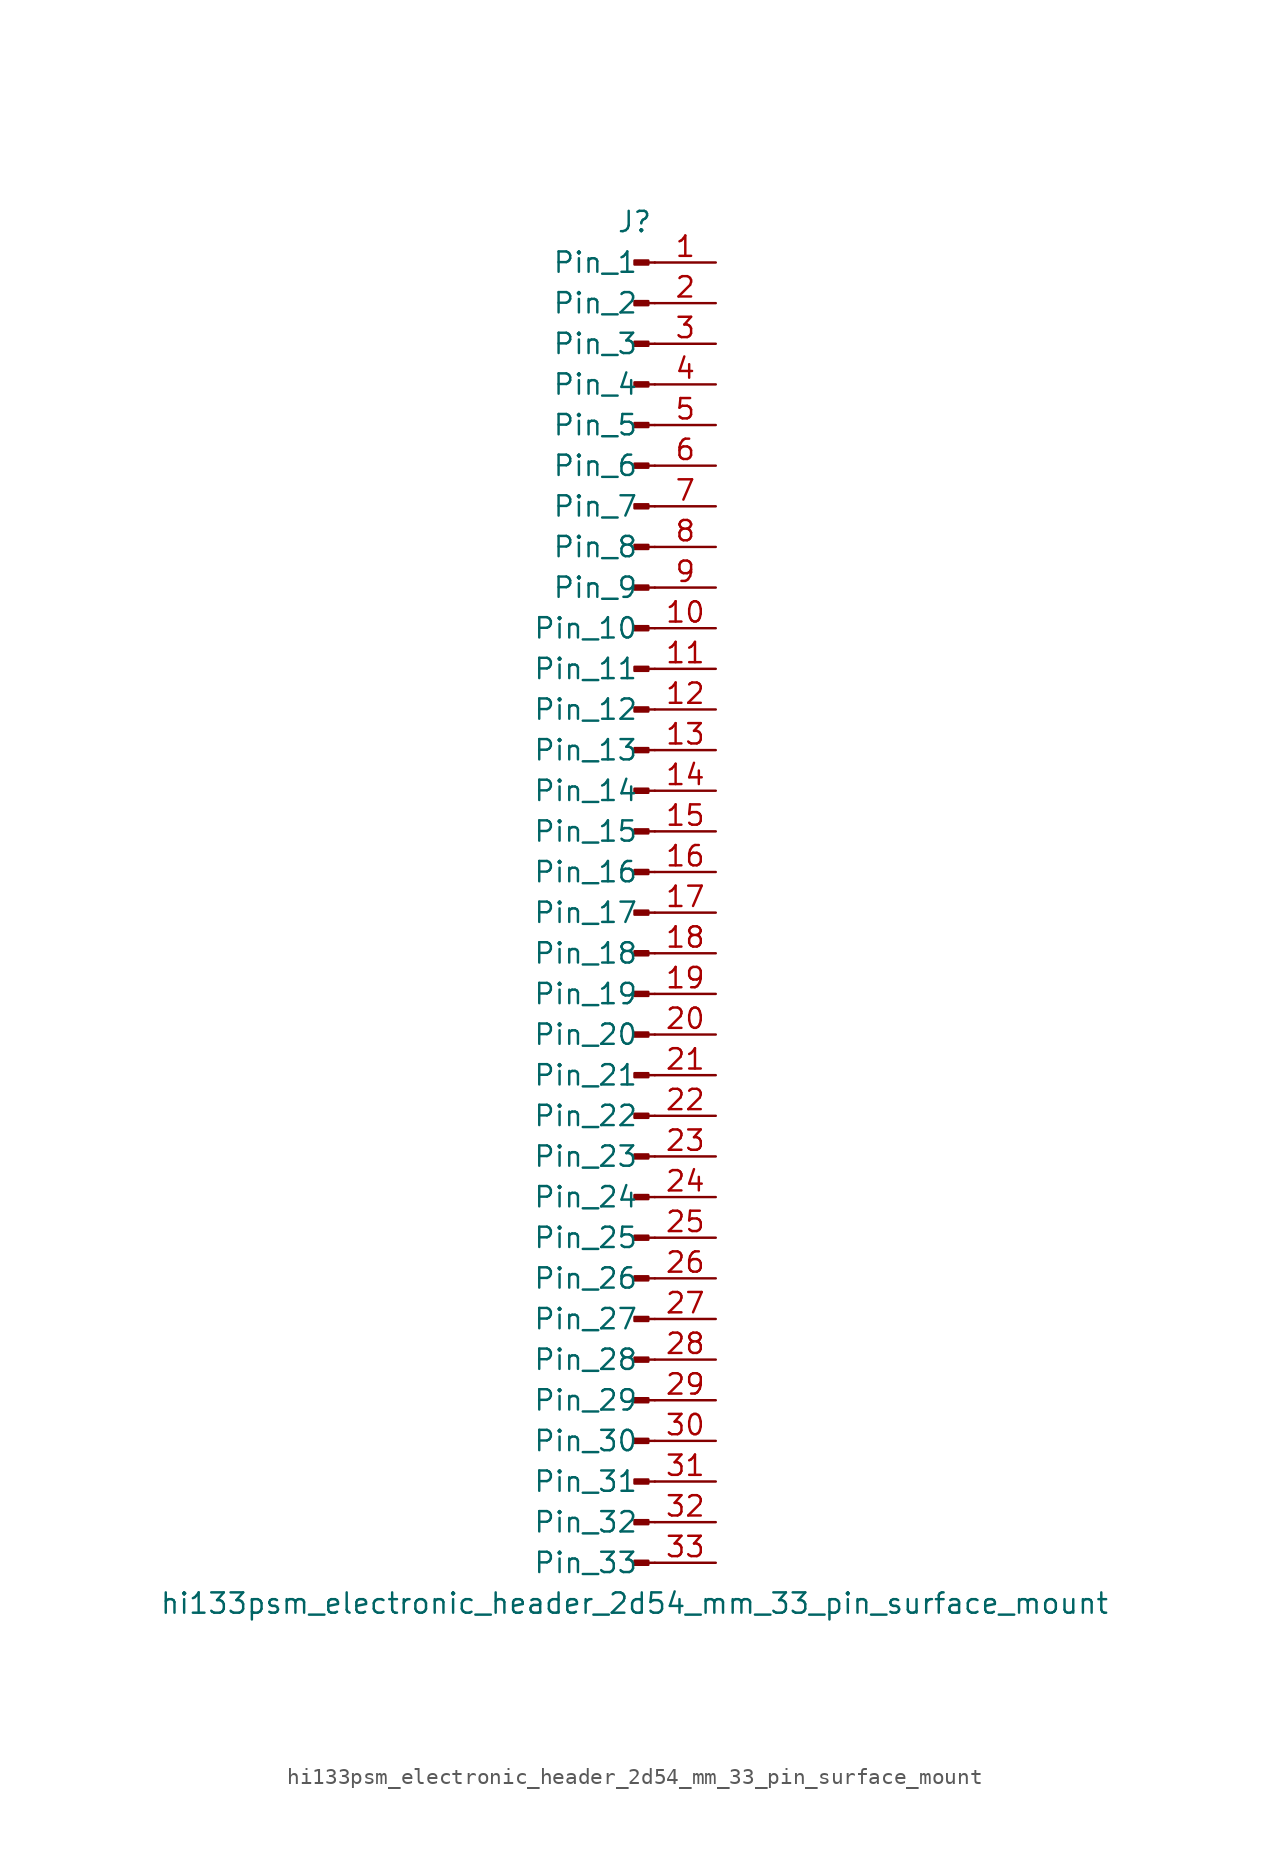
<source format=kicad_sym>
(kicad_symbol_lib
  (version 20220914)
  (generator kicad_symbol_editor)
  (symbol "hi133psm_electronic_header_2d54_mm_33_pin_surface_mount"
    (pin_names
      (offset 1.016))
    (property "Reference" "J"
      (at 0 43.18 0)
      (effects (font (size 1.27 1.27))))
    (property "Value" "hi133psm_electronic_header_2d54_mm_33_pin_surface_mount"
      (at 0 -43.18 0)
      (effects (font (size 1.27 1.27))))
    (property "ki_locked" ""
      (at 0 0 0)
      (effects (font (size 1.27 1.27))))
    (symbol "hi133psm_electronic_header_2d54_mm_33_pin_surface_mount_1_1"
      (polyline (pts (xy 1.27 -40.64) (xy 0.864 -40.64)) (stroke (width 0.152) (type default)) (fill (type none)))
      (polyline (pts (xy 1.27 -38.1) (xy 0.864 -38.1)) (stroke (width 0.152) (type default)) (fill (type none)))
      (polyline (pts (xy 1.27 -35.56) (xy 0.864 -35.56)) (stroke (width 0.152) (type default)) (fill (type none)))
      (polyline (pts (xy 1.27 -33.02) (xy 0.864 -33.02)) (stroke (width 0.152) (type default)) (fill (type none)))
      (polyline (pts (xy 1.27 -30.48) (xy 0.864 -30.48)) (stroke (width 0.152) (type default)) (fill (type none)))
      (polyline (pts (xy 1.27 -27.94) (xy 0.864 -27.94)) (stroke (width 0.152) (type default)) (fill (type none)))
      (polyline (pts (xy 1.27 -25.4) (xy 0.864 -25.4)) (stroke (width 0.152) (type default)) (fill (type none)))
      (polyline (pts (xy 1.27 -22.86) (xy 0.864 -22.86)) (stroke (width 0.152) (type default)) (fill (type none)))
      (polyline (pts (xy 1.27 -20.32) (xy 0.864 -20.32)) (stroke (width 0.152) (type default)) (fill (type none)))
      (polyline (pts (xy 1.27 -17.78) (xy 0.864 -17.78)) (stroke (width 0.152) (type default)) (fill (type none)))
      (polyline (pts (xy 1.27 -15.24) (xy 0.864 -15.24)) (stroke (width 0.152) (type default)) (fill (type none)))
      (polyline (pts (xy 1.27 -12.7) (xy 0.864 -12.7)) (stroke (width 0.152) (type default)) (fill (type none)))
      (polyline (pts (xy 1.27 -10.16) (xy 0.864 -10.16)) (stroke (width 0.152) (type default)) (fill (type none)))
      (polyline (pts (xy 1.27 -7.62) (xy 0.864 -7.62)) (stroke (width 0.152) (type default)) (fill (type none)))
      (polyline (pts (xy 1.27 -5.08) (xy 0.864 -5.08)) (stroke (width 0.152) (type default)) (fill (type none)))
      (polyline (pts (xy 1.27 -2.54) (xy 0.864 -2.54)) (stroke (width 0.152) (type default)) (fill (type none)))
      (polyline (pts (xy 1.27 0) (xy 0.864 0)) (stroke (width 0.152) (type default)) (fill (type none)))
      (polyline (pts (xy 1.27 2.54) (xy 0.864 2.54)) (stroke (width 0.152) (type default)) (fill (type none)))
      (polyline (pts (xy 1.27 5.08) (xy 0.864 5.08)) (stroke (width 0.152) (type default)) (fill (type none)))
      (polyline (pts (xy 1.27 7.62) (xy 0.864 7.62)) (stroke (width 0.152) (type default)) (fill (type none)))
      (polyline (pts (xy 1.27 10.16) (xy 0.864 10.16)) (stroke (width 0.152) (type default)) (fill (type none)))
      (polyline (pts (xy 1.27 12.7) (xy 0.864 12.7)) (stroke (width 0.152) (type default)) (fill (type none)))
      (polyline (pts (xy 1.27 15.24) (xy 0.864 15.24)) (stroke (width 0.152) (type default)) (fill (type none)))
      (polyline (pts (xy 1.27 17.78) (xy 0.864 17.78)) (stroke (width 0.152) (type default)) (fill (type none)))
      (polyline (pts (xy 1.27 20.32) (xy 0.864 20.32)) (stroke (width 0.152) (type default)) (fill (type none)))
      (polyline (pts (xy 1.27 22.86) (xy 0.864 22.86)) (stroke (width 0.152) (type default)) (fill (type none)))
      (polyline (pts (xy 1.27 25.4) (xy 0.864 25.4)) (stroke (width 0.152) (type default)) (fill (type none)))
      (polyline (pts (xy 1.27 27.94) (xy 0.864 27.94)) (stroke (width 0.152) (type default)) (fill (type none)))
      (polyline (pts (xy 1.27 30.48) (xy 0.864 30.48)) (stroke (width 0.152) (type default)) (fill (type none)))
      (polyline (pts (xy 1.27 33.02) (xy 0.864 33.02)) (stroke (width 0.152) (type default)) (fill (type none)))
      (polyline (pts (xy 1.27 35.56) (xy 0.864 35.56)) (stroke (width 0.152) (type default)) (fill (type none)))
      (polyline (pts (xy 1.27 38.1) (xy 0.864 38.1)) (stroke (width 0.152) (type default)) (fill (type none)))
      (polyline (pts (xy 1.27 40.64) (xy 0.864 40.64)) (stroke (width 0.152) (type default)) (fill (type none)))
      (rectangle (start 0.864 -40.513) (end 0 -40.767) (stroke (width 0.152) (type default)) (fill (type outline)))
      (rectangle (start 0.864 -37.973) (end 0 -38.227) (stroke (width 0.152) (type default)) (fill (type outline)))
      (rectangle (start 0.864 -35.433) (end 0 -35.687) (stroke (width 0.152) (type default)) (fill (type outline)))
      (rectangle (start 0.864 -32.893) (end 0 -33.147) (stroke (width 0.152) (type default)) (fill (type outline)))
      (rectangle (start 0.864 -30.353) (end 0 -30.607) (stroke (width 0.152) (type default)) (fill (type outline)))
      (rectangle (start 0.864 -27.813) (end 0 -28.067) (stroke (width 0.152) (type default)) (fill (type outline)))
      (rectangle (start 0.864 -25.273) (end 0 -25.527) (stroke (width 0.152) (type default)) (fill (type outline)))
      (rectangle (start 0.864 -22.733) (end 0 -22.987) (stroke (width 0.152) (type default)) (fill (type outline)))
      (rectangle (start 0.864 -20.193) (end 0 -20.447) (stroke (width 0.152) (type default)) (fill (type outline)))
      (rectangle (start 0.864 -17.653) (end 0 -17.907) (stroke (width 0.152) (type default)) (fill (type outline)))
      (rectangle (start 0.864 -15.113) (end 0 -15.367) (stroke (width 0.152) (type default)) (fill (type outline)))
      (rectangle (start 0.864 -12.573) (end 0 -12.827) (stroke (width 0.152) (type default)) (fill (type outline)))
      (rectangle (start 0.864 -10.033) (end 0 -10.287) (stroke (width 0.152) (type default)) (fill (type outline)))
      (rectangle (start 0.864 -7.493) (end 0 -7.747) (stroke (width 0.152) (type default)) (fill (type outline)))
      (rectangle (start 0.864 -4.953) (end 0 -5.207) (stroke (width 0.152) (type default)) (fill (type outline)))
      (rectangle (start 0.864 -2.413) (end 0 -2.667) (stroke (width 0.152) (type default)) (fill (type outline)))
      (rectangle (start 0.864 0.127) (end 0 -0.127) (stroke (width 0.152) (type default)) (fill (type outline)))
      (rectangle (start 0.864 2.667) (end 0 2.413) (stroke (width 0.152) (type default)) (fill (type outline)))
      (rectangle (start 0.864 5.207) (end 0 4.953) (stroke (width 0.152) (type default)) (fill (type outline)))
      (rectangle (start 0.864 7.747) (end 0 7.493) (stroke (width 0.152) (type default)) (fill (type outline)))
      (rectangle (start 0.864 10.287) (end 0 10.033) (stroke (width 0.152) (type default)) (fill (type outline)))
      (rectangle (start 0.864 12.827) (end 0 12.573) (stroke (width 0.152) (type default)) (fill (type outline)))
      (rectangle (start 0.864 15.367) (end 0 15.113) (stroke (width 0.152) (type default)) (fill (type outline)))
      (rectangle (start 0.864 17.907) (end 0 17.653) (stroke (width 0.152) (type default)) (fill (type outline)))
      (rectangle (start 0.864 20.447) (end 0 20.193) (stroke (width 0.152) (type default)) (fill (type outline)))
      (rectangle (start 0.864 22.987) (end 0 22.733) (stroke (width 0.152) (type default)) (fill (type outline)))
      (rectangle (start 0.864 25.527) (end 0 25.273) (stroke (width 0.152) (type default)) (fill (type outline)))
      (rectangle (start 0.864 28.067) (end 0 27.813) (stroke (width 0.152) (type default)) (fill (type outline)))
      (rectangle (start 0.864 30.607) (end 0 30.353) (stroke (width 0.152) (type default)) (fill (type outline)))
      (rectangle (start 0.864 33.147) (end 0 32.893) (stroke (width 0.152) (type default)) (fill (type outline)))
      (rectangle (start 0.864 35.687) (end 0 35.433) (stroke (width 0.152) (type default)) (fill (type outline)))
      (rectangle (start 0.864 38.227) (end 0 37.973) (stroke (width 0.152) (type default)) (fill (type outline)))
      (rectangle (start 0.864 40.767) (end 0 40.513) (stroke (width 0.152) (type default)) (fill (type outline)))
      (pin passive line (at 5.08 40.64 180) (length 3.81) (name "Pin_1" (effects (font (size 1.27 1.27)))) (number "1" (effects (font (size 1.27 1.27)))))
      (pin passive line (at 5.08 17.78 180) (length 3.81) (name "Pin_10" (effects (font (size 1.27 1.27)))) (number "10" (effects (font (size 1.27 1.27)))))
      (pin passive line (at 5.08 15.24 180) (length 3.81) (name "Pin_11" (effects (font (size 1.27 1.27)))) (number "11" (effects (font (size 1.27 1.27)))))
      (pin passive line (at 5.08 12.7 180) (length 3.81) (name "Pin_12" (effects (font (size 1.27 1.27)))) (number "12" (effects (font (size 1.27 1.27)))))
      (pin passive line (at 5.08 10.16 180) (length 3.81) (name "Pin_13" (effects (font (size 1.27 1.27)))) (number "13" (effects (font (size 1.27 1.27)))))
      (pin passive line (at 5.08 7.62 180) (length 3.81) (name "Pin_14" (effects (font (size 1.27 1.27)))) (number "14" (effects (font (size 1.27 1.27)))))
      (pin passive line (at 5.08 5.08 180) (length 3.81) (name "Pin_15" (effects (font (size 1.27 1.27)))) (number "15" (effects (font (size 1.27 1.27)))))
      (pin passive line (at 5.08 2.54 180) (length 3.81) (name "Pin_16" (effects (font (size 1.27 1.27)))) (number "16" (effects (font (size 1.27 1.27)))))
      (pin passive line (at 5.08 0 180) (length 3.81) (name "Pin_17" (effects (font (size 1.27 1.27)))) (number "17" (effects (font (size 1.27 1.27)))))
      (pin passive line (at 5.08 -2.54 180) (length 3.81) (name "Pin_18" (effects (font (size 1.27 1.27)))) (number "18" (effects (font (size 1.27 1.27)))))
      (pin passive line (at 5.08 -5.08 180) (length 3.81) (name "Pin_19" (effects (font (size 1.27 1.27)))) (number "19" (effects (font (size 1.27 1.27)))))
      (pin passive line (at 5.08 38.1 180) (length 3.81) (name "Pin_2" (effects (font (size 1.27 1.27)))) (number "2" (effects (font (size 1.27 1.27)))))
      (pin passive line (at 5.08 -7.62 180) (length 3.81) (name "Pin_20" (effects (font (size 1.27 1.27)))) (number "20" (effects (font (size 1.27 1.27)))))
      (pin passive line (at 5.08 -10.16 180) (length 3.81) (name "Pin_21" (effects (font (size 1.27 1.27)))) (number "21" (effects (font (size 1.27 1.27)))))
      (pin passive line (at 5.08 -12.7 180) (length 3.81) (name "Pin_22" (effects (font (size 1.27 1.27)))) (number "22" (effects (font (size 1.27 1.27)))))
      (pin passive line (at 5.08 -15.24 180) (length 3.81) (name "Pin_23" (effects (font (size 1.27 1.27)))) (number "23" (effects (font (size 1.27 1.27)))))
      (pin passive line (at 5.08 -17.78 180) (length 3.81) (name "Pin_24" (effects (font (size 1.27 1.27)))) (number "24" (effects (font (size 1.27 1.27)))))
      (pin passive line (at 5.08 -20.32 180) (length 3.81) (name "Pin_25" (effects (font (size 1.27 1.27)))) (number "25" (effects (font (size 1.27 1.27)))))
      (pin passive line (at 5.08 -22.86 180) (length 3.81) (name "Pin_26" (effects (font (size 1.27 1.27)))) (number "26" (effects (font (size 1.27 1.27)))))
      (pin passive line (at 5.08 -25.4 180) (length 3.81) (name "Pin_27" (effects (font (size 1.27 1.27)))) (number "27" (effects (font (size 1.27 1.27)))))
      (pin passive line (at 5.08 -27.94 180) (length 3.81) (name "Pin_28" (effects (font (size 1.27 1.27)))) (number "28" (effects (font (size 1.27 1.27)))))
      (pin passive line (at 5.08 -30.48 180) (length 3.81) (name "Pin_29" (effects (font (size 1.27 1.27)))) (number "29" (effects (font (size 1.27 1.27)))))
      (pin passive line (at 5.08 35.56 180) (length 3.81) (name "Pin_3" (effects (font (size 1.27 1.27)))) (number "3" (effects (font (size 1.27 1.27)))))
      (pin passive line (at 5.08 -33.02 180) (length 3.81) (name "Pin_30" (effects (font (size 1.27 1.27)))) (number "30" (effects (font (size 1.27 1.27)))))
      (pin passive line (at 5.08 -35.56 180) (length 3.81) (name "Pin_31" (effects (font (size 1.27 1.27)))) (number "31" (effects (font (size 1.27 1.27)))))
      (pin passive line (at 5.08 -38.1 180) (length 3.81) (name "Pin_32" (effects (font (size 1.27 1.27)))) (number "32" (effects (font (size 1.27 1.27)))))
      (pin passive line (at 5.08 -40.64 180) (length 3.81) (name "Pin_33" (effects (font (size 1.27 1.27)))) (number "33" (effects (font (size 1.27 1.27)))))
      (pin passive line (at 5.08 33.02 180) (length 3.81) (name "Pin_4" (effects (font (size 1.27 1.27)))) (number "4" (effects (font (size 1.27 1.27)))))
      (pin passive line (at 5.08 30.48 180) (length 3.81) (name "Pin_5" (effects (font (size 1.27 1.27)))) (number "5" (effects (font (size 1.27 1.27)))))
      (pin passive line (at 5.08 27.94 180) (length 3.81) (name "Pin_6" (effects (font (size 1.27 1.27)))) (number "6" (effects (font (size 1.27 1.27)))))
      (pin passive line (at 5.08 25.4 180) (length 3.81) (name "Pin_7" (effects (font (size 1.27 1.27)))) (number "7" (effects (font (size 1.27 1.27)))))
      (pin passive line (at 5.08 22.86 180) (length 3.81) (name "Pin_8" (effects (font (size 1.27 1.27)))) (number "8" (effects (font (size 1.27 1.27)))))
      (pin passive line (at 5.08 20.32 180) (length 3.81) (name "Pin_9" (effects (font (size 1.27 1.27)))) (number "9" (effects (font (size 1.27 1.27))))))))
</source>
